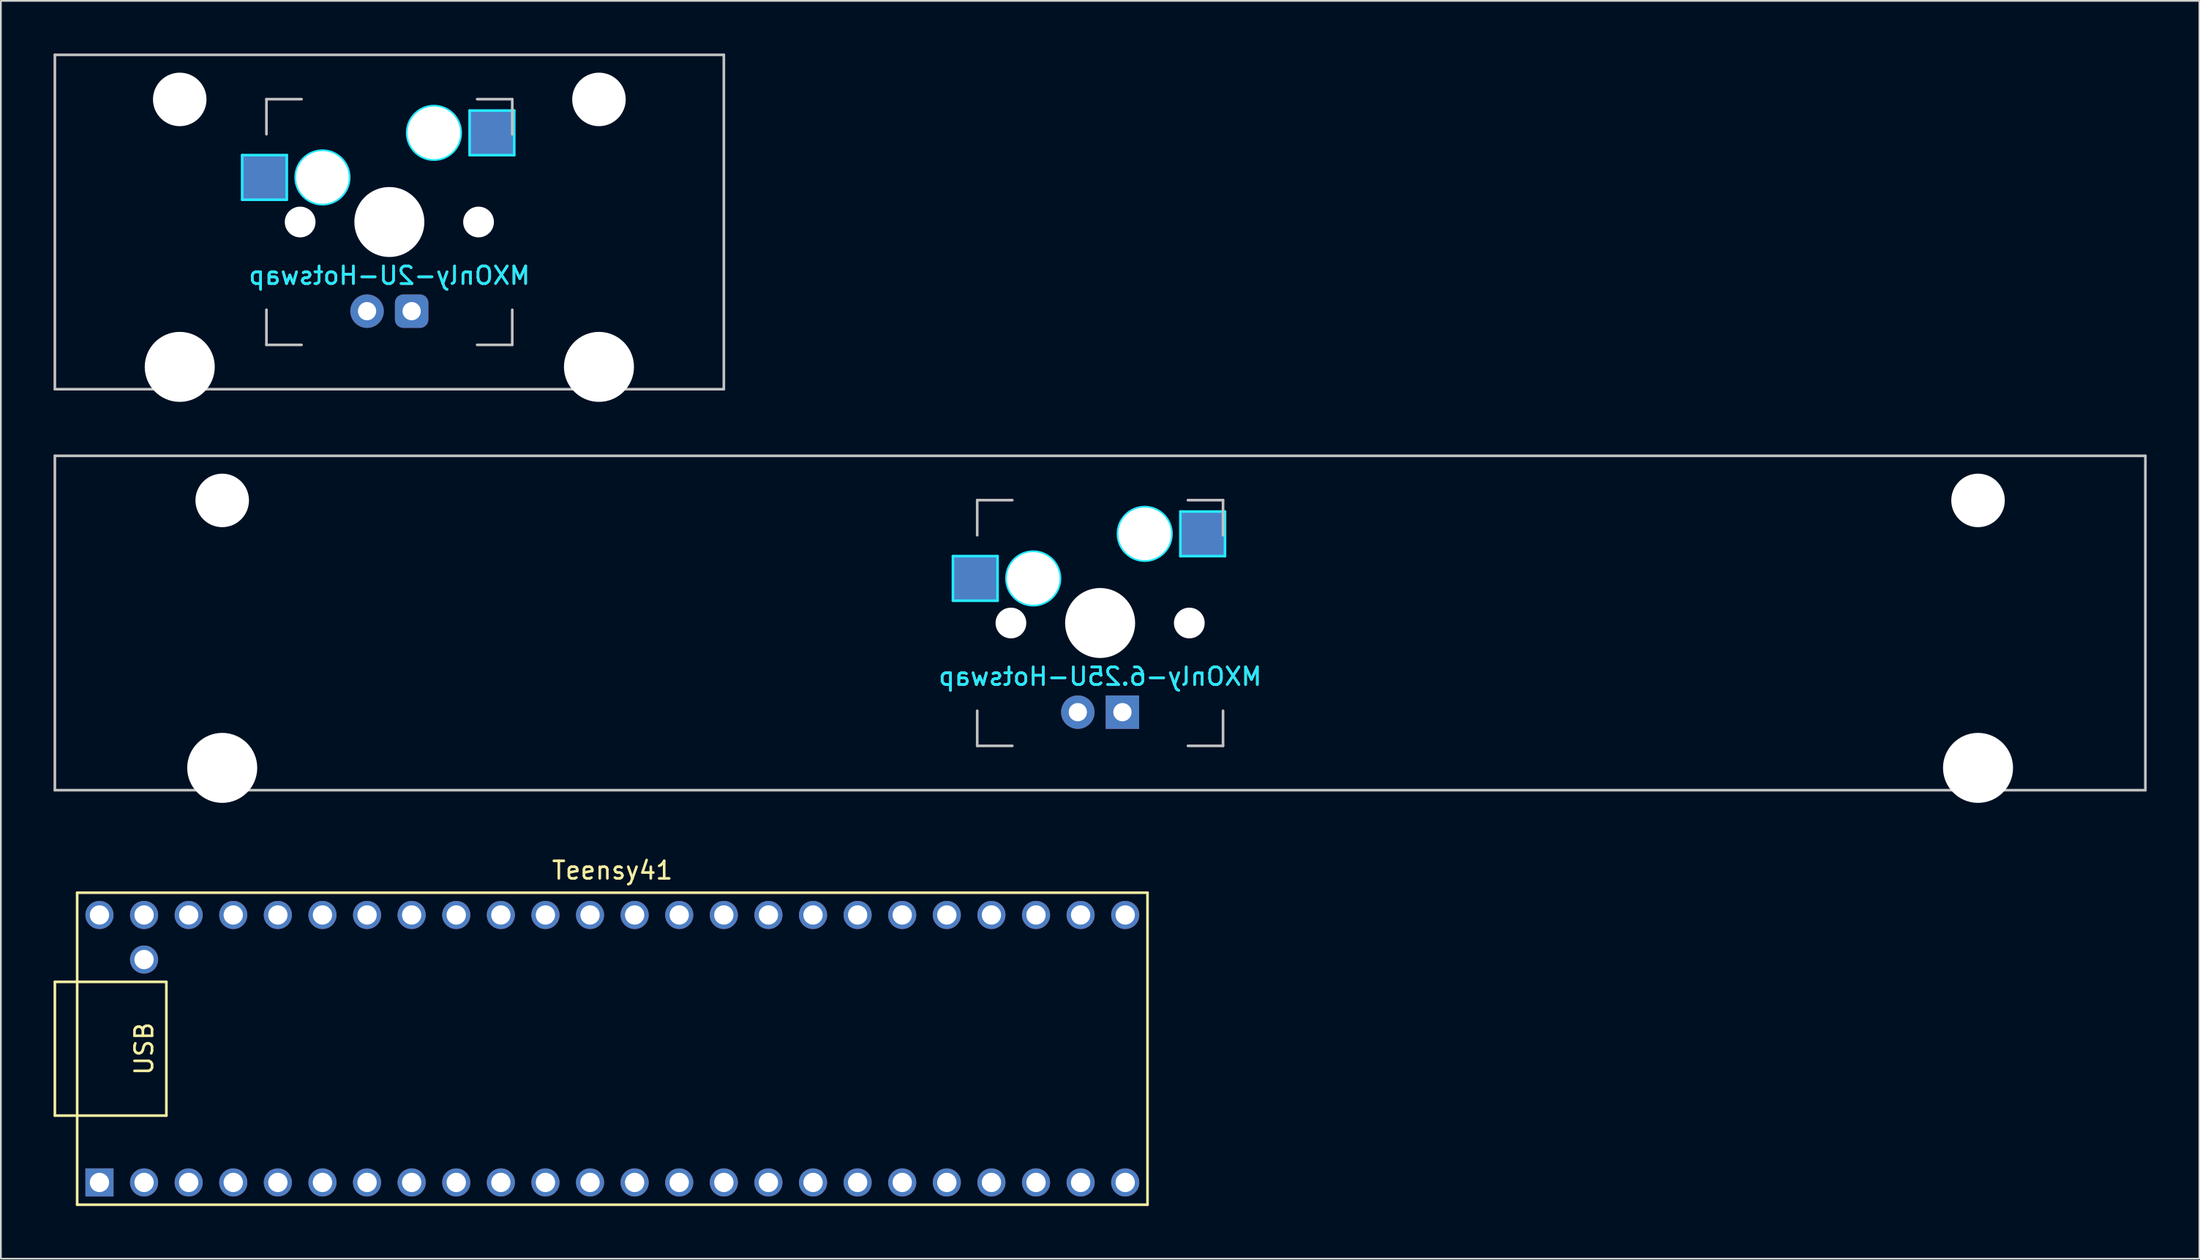
<source format=kicad_pcb>
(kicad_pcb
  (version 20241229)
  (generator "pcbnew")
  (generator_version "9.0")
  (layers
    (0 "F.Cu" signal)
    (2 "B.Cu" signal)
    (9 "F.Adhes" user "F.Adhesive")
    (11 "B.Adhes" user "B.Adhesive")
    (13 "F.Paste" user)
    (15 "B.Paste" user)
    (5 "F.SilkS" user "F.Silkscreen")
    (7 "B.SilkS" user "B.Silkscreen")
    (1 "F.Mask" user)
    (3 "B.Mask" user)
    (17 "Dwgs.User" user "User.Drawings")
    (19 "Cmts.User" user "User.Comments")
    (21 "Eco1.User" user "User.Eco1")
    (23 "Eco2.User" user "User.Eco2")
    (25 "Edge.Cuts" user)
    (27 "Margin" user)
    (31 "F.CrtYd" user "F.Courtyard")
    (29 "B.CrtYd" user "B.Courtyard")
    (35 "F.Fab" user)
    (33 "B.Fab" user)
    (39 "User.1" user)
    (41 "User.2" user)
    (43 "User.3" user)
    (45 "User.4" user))
  (footprint "MXOnly-6.25U-Hotswap"
    (layer "F.Cu")
    (at 59.606 32.449)
    (property "Reference" "MXOnly-6.25U-Hotswap" (at 0 3.048 0) (layer "B.CrtYd") (effects (font (size 1 1) (thickness 0.15)) (justify mirror)))
    (attr smd)
    (fp_line (start -59.531 -9.525) (end 59.531 -9.525) (stroke (width 0.15) (type solid)) (layer "Dwgs.User"))
    (fp_line (start -59.531 9.525) (end -59.531 -9.525) (stroke (width 0.15) (type solid)) (layer "Dwgs.User"))
    (fp_line (start -7 -7) (end -7 -5) (stroke (width 0.15) (type solid)) (layer "Dwgs.User"))
    (fp_line (start -7 5) (end -7 7) (stroke (width 0.15) (type solid)) (layer "Dwgs.User"))
    (fp_line (start -7 7) (end -5 7) (stroke (width 0.15) (type solid)) (layer "Dwgs.User"))
    (fp_line (start -5 -7) (end -7 -7) (stroke (width 0.15) (type solid)) (layer "Dwgs.User"))
    (fp_line (start 5 -7) (end 7 -7) (stroke (width 0.15) (type solid)) (layer "Dwgs.User"))
    (fp_line (start 5 7) (end 7 7) (stroke (width 0.15) (type solid)) (layer "Dwgs.User"))
    (fp_line (start 7 -7) (end 7 -5) (stroke (width 0.15) (type solid)) (layer "Dwgs.User"))
    (fp_line (start 7 7) (end 7 5) (stroke (width 0.15) (type solid)) (layer "Dwgs.User"))
    (fp_line (start 59.531 -9.525) (end 59.531 9.525) (stroke (width 0.15) (type solid)) (layer "Dwgs.User"))
    (fp_line (start 59.531 9.525) (end -59.531 9.525) (stroke (width 0.15) (type solid)) (layer "Dwgs.User"))
    (fp_line (start -8.382 -3.81) (end -5.842 -3.81) (stroke (width 0.15) (type solid)) (layer "B.CrtYd"))
    (fp_line (start -8.382 -1.27) (end -8.382 -3.81) (stroke (width 0.15) (type solid)) (layer "B.CrtYd"))
    (fp_line (start -5.842 -3.81) (end -5.842 -1.27) (stroke (width 0.15) (type solid)) (layer "B.CrtYd"))
    (fp_line (start -5.842 -1.27) (end -8.382 -1.27) (stroke (width 0.15) (type solid)) (layer "B.CrtYd"))
    (fp_line (start 4.572 -6.35) (end 7.112 -6.35) (stroke (width 0.15) (type solid)) (layer "B.CrtYd"))
    (fp_line (start 4.572 -3.81) (end 4.572 -6.35) (stroke (width 0.15) (type solid)) (layer "B.CrtYd"))
    (fp_line (start 7.112 -6.35) (end 7.112 -3.81) (stroke (width 0.15) (type solid)) (layer "B.CrtYd"))
    (fp_line (start 7.112 -3.81) (end 4.572 -3.81) (stroke (width 0.15) (type solid)) (layer "B.CrtYd"))
    (fp_circle (center -3.81 -2.54) (end -3.81 -4.064) (stroke (width 0.15) (type solid)) (fill no) (layer "B.CrtYd"))
    (fp_circle (center 2.54 -5.08) (end 2.54 -6.604) (stroke (width 0.15) (type solid)) (fill no) (layer "B.CrtYd"))
    (fp_text user "${REFERENCE}" (at 0 3.048 0) (layer "B.SilkS") (effects (font (size 1 1) (thickness 0.15)) (justify mirror)))
    (pad "" np_thru_hole circle (at -50 -6.985) (size 3.048 3.048) (drill 3.048) (layers "*.Cu" "*.Mask"))
    (pad "" np_thru_hole circle (at -50 8.255) (size 3.988 3.988) (drill 3.988) (layers "*.Cu" "*.Mask"))
    (pad "" np_thru_hole circle (at -5.08 0 48.1) (size 1.75 1.75) (drill 1.75) (layers "*.Cu" "*.Mask"))
    (pad "" np_thru_hole circle (at -3.81 -2.54) (size 3 3) (drill 3) (layers "*.Cu" "*.Mask"))
    (pad "" np_thru_hole circle (at 0 0) (size 3.988 3.988) (drill 3.988) (layers "*.Cu" "*.Mask"))
    (pad "" np_thru_hole circle (at 2.54 -5.08) (size 3 3) (drill 3) (layers "*.Cu" "*.Mask"))
    (pad "" np_thru_hole circle (at 5.08 0 48.1) (size 1.75 1.75) (drill 1.75) (layers "*.Cu" "*.Mask"))
    (pad "" np_thru_hole circle (at 50 -6.985) (size 3.048 3.048) (drill 3.048) (layers "*.Cu" "*.Mask"))
    (pad "" np_thru_hole circle (at 50 8.255) (size 3.988 3.988) (drill 3.988) (layers "*.Cu" "*.Mask"))
    (pad "1" smd rect (at -7.085 -2.54) (size 2.55 2.5) (layers "B.Cu" "B.Mask" "B.Paste"))
    (pad "2" smd rect (at 5.842 -5.08) (size 2.55 2.5) (layers "B.Cu" "B.Mask" "B.Paste"))
    (pad "3" thru_hole circle (at -1.27 5.08) (size 1.905 1.905) (drill 1.04) (layers "*.Cu" "*.Mask"))
    (pad "4" thru_hole rect (at 1.27 5.08) (size 1.905 1.905) (drill 1.04) (layers "*.Cu" "*.Mask")))
  (footprint "MXOnly-2U-Hotswap"
    (layer "F.Cu")
    (at 19.125 9.6)
    (property "Reference" "MXOnly-2U-Hotswap" (at 0 3.048 0) (layer "B.CrtYd") (effects (font (size 1 1) (thickness 0.15)) (justify mirror)))
    (attr smd)
    (fp_line (start -19.05 -9.525) (end 19.05 -9.525) (stroke (width 0.15) (type solid)) (layer "Dwgs.User"))
    (fp_line (start -19.05 9.525) (end -19.05 -9.525) (stroke (width 0.15) (type solid)) (layer "Dwgs.User"))
    (fp_line (start -7 -7) (end -7 -5) (stroke (width 0.15) (type solid)) (layer "Dwgs.User"))
    (fp_line (start -7 5) (end -7 7) (stroke (width 0.15) (type solid)) (layer "Dwgs.User"))
    (fp_line (start -7 7) (end -5 7) (stroke (width 0.15) (type solid)) (layer "Dwgs.User"))
    (fp_line (start -5 -7) (end -7 -7) (stroke (width 0.15) (type solid)) (layer "Dwgs.User"))
    (fp_line (start 5 -7) (end 7 -7) (stroke (width 0.15) (type solid)) (layer "Dwgs.User"))
    (fp_line (start 5 7) (end 7 7) (stroke (width 0.15) (type solid)) (layer "Dwgs.User"))
    (fp_line (start 7 -7) (end 7 -5) (stroke (width 0.15) (type solid)) (layer "Dwgs.User"))
    (fp_line (start 7 7) (end 7 5) (stroke (width 0.15) (type solid)) (layer "Dwgs.User"))
    (fp_line (start 19.05 -9.525) (end 19.05 9.525) (stroke (width 0.15) (type solid)) (layer "Dwgs.User"))
    (fp_line (start 19.05 9.525) (end -19.05 9.525) (stroke (width 0.15) (type solid)) (layer "Dwgs.User"))
    (fp_line (start -8.382 -3.81) (end -5.842 -3.81) (stroke (width 0.15) (type solid)) (layer "B.CrtYd"))
    (fp_line (start -8.382 -1.27) (end -8.382 -3.81) (stroke (width 0.15) (type solid)) (layer "B.CrtYd"))
    (fp_line (start -5.842 -3.81) (end -5.842 -1.27) (stroke (width 0.15) (type solid)) (layer "B.CrtYd"))
    (fp_line (start -5.842 -1.27) (end -8.382 -1.27) (stroke (width 0.15) (type solid)) (layer "B.CrtYd"))
    (fp_line (start 4.572 -6.35) (end 7.112 -6.35) (stroke (width 0.15) (type solid)) (layer "B.CrtYd"))
    (fp_line (start 4.572 -3.81) (end 4.572 -6.35) (stroke (width 0.15) (type solid)) (layer "B.CrtYd"))
    (fp_line (start 7.112 -6.35) (end 7.112 -3.81) (stroke (width 0.15) (type solid)) (layer "B.CrtYd"))
    (fp_line (start 7.112 -3.81) (end 4.572 -3.81) (stroke (width 0.15) (type solid)) (layer "B.CrtYd"))
    (fp_circle (center -3.81 -2.54) (end -3.81 -4.064) (stroke (width 0.15) (type solid)) (fill no) (layer "B.CrtYd"))
    (fp_circle (center 2.54 -5.08) (end 2.54 -6.604) (stroke (width 0.15) (type solid)) (fill no) (layer "B.CrtYd"))
    (fp_text user "${REFERENCE}" (at 0 3.048 0) (layer "B.SilkS") (effects (font (size 1 1) (thickness 0.15)) (justify mirror)))
    (pad "" np_thru_hole circle (at -11.938 -6.985) (size 3.048 3.048) (drill 3.048) (layers "*.Cu" "*.Mask"))
    (pad "" np_thru_hole circle (at -11.938 8.255) (size 3.988 3.988) (drill 3.988) (layers "*.Cu" "*.Mask"))
    (pad "" np_thru_hole circle (at -5.08 0 48.1) (size 1.75 1.75) (drill 1.75) (layers "*.Cu" "*.Mask"))
    (pad "" np_thru_hole circle (at -3.81 -2.54) (size 3 3) (drill 3) (layers "*.Cu" "*.Mask"))
    (pad "" np_thru_hole circle (at 0 0) (size 3.988 3.988) (drill 3.988) (layers "*.Cu" "*.Mask"))
    (pad "" np_thru_hole circle (at 2.54 -5.08) (size 3 3) (drill 3) (layers "*.Cu" "*.Mask"))
    (pad "" np_thru_hole circle (at 5.08 0 48.1) (size 1.75 1.75) (drill 1.75) (layers "*.Cu" "*.Mask"))
    (pad "" np_thru_hole circle (at 11.938 -6.985) (size 3.048 3.048) (drill 3.048) (layers "*.Cu" "*.Mask"))
    (pad "" np_thru_hole circle (at 11.938 8.255) (size 3.988 3.988) (drill 3.988) (layers "*.Cu" "*.Mask"))
    (pad "1" smd rect (at -7.085 -2.54) (size 2.55 2.5) (layers "B.Cu" "B.Mask" "B.Paste"))
    (pad "2" smd rect (at 5.842 -5.08) (size 2.55 2.5) (layers "B.Cu" "B.Mask" "B.Paste"))
    (pad "3" thru_hole circle (at -1.27 5.08) (size 1.905 1.905) (drill 1.04) (layers "*.Cu" "*.Mask"))
    (pad "4" thru_hole roundrect (at 1.27 5.08) (size 1.905 1.905) (drill 1.04) (layers "*.Cu" "*.Mask") (roundrect_rratio 0.25)))
  (footprint "Teensy41"
    (layer "F.Cu")
    (at 31.825 56.706)
    (property "Reference" "Teensy41" (at 0 -10.16 0) (layer "F.SilkS") (effects (font (size 1 1) (thickness 0.15))))
    (attr through_hole)
    (fp_line (start -31.75 -3.81) (end -30.48 -3.81) (stroke (width 0.15) (type solid)) (layer "F.SilkS"))
    (fp_line (start -31.75 3.81) (end -31.75 -3.81) (stroke (width 0.15) (type solid)) (layer "F.SilkS"))
    (fp_line (start -30.48 -8.89) (end 30.48 -8.89) (stroke (width 0.15) (type solid)) (layer "F.SilkS"))
    (fp_line (start -30.48 3.81) (end -31.75 3.81) (stroke (width 0.15) (type solid)) (layer "F.SilkS"))
    (fp_line (start -30.48 8.89) (end -30.48 -8.89) (stroke (width 0.15) (type solid)) (layer "F.SilkS"))
    (fp_line (start -25.4 -3.81) (end -30.48 -3.81) (stroke (width 0.15) (type solid)) (layer "F.SilkS"))
    (fp_line (start -25.4 3.81) (end -30.48 3.81) (stroke (width 0.15) (type solid)) (layer "F.SilkS"))
    (fp_line (start -25.4 3.81) (end -25.4 -3.81) (stroke (width 0.15) (type solid)) (layer "F.SilkS"))
    (fp_line (start 30.48 -8.89) (end 30.48 8.89) (stroke (width 0.15) (type solid)) (layer "F.SilkS"))
    (fp_line (start 30.48 8.89) (end -30.48 8.89) (stroke (width 0.15) (type solid)) (layer "F.SilkS"))
    (fp_text user "USB" (at -26.67 0 270) (layer "F.SilkS") (effects (font (size 1 1) (thickness 0.15))))
    (pad "1" thru_hole rect (at -29.21 7.62) (size 1.6 1.6) (drill 1.1) (layers "*.Cu" "*.Mask"))
    (pad "2" thru_hole circle (at -26.67 7.62) (size 1.6 1.6) (drill 1.1) (layers "*.Cu" "*.Mask"))
    (pad "3" thru_hole circle (at -24.13 7.62) (size 1.6 1.6) (drill 1.1) (layers "*.Cu" "*.Mask"))
    (pad "4" thru_hole circle (at -21.59 7.62) (size 1.6 1.6) (drill 1.1) (layers "*.Cu" "*.Mask"))
    (pad "5" thru_hole circle (at -19.05 7.62) (size 1.6 1.6) (drill 1.1) (layers "*.Cu" "*.Mask"))
    (pad "6" thru_hole circle (at -16.51 7.62) (size 1.6 1.6) (drill 1.1) (layers "*.Cu" "*.Mask"))
    (pad "7" thru_hole circle (at -13.97 7.62) (size 1.6 1.6) (drill 1.1) (layers "*.Cu" "*.Mask"))
    (pad "8" thru_hole circle (at -11.43 7.62) (size 1.6 1.6) (drill 1.1) (layers "*.Cu" "*.Mask"))
    (pad "9" thru_hole circle (at -8.89 7.62) (size 1.6 1.6) (drill 1.1) (layers "*.Cu" "*.Mask"))
    (pad "10" thru_hole circle (at -6.35 7.62) (size 1.6 1.6) (drill 1.1) (layers "*.Cu" "*.Mask"))
    (pad "11" thru_hole circle (at -3.81 7.62) (size 1.6 1.6) (drill 1.1) (layers "*.Cu" "*.Mask"))
    (pad "12" thru_hole circle (at -1.27 7.62) (size 1.6 1.6) (drill 1.1) (layers "*.Cu" "*.Mask"))
    (pad "13" thru_hole circle (at 1.27 7.62) (size 1.6 1.6) (drill 1.1) (layers "*.Cu" "*.Mask"))
    (pad "14" thru_hole circle (at 3.81 7.62) (size 1.6 1.6) (drill 1.1) (layers "*.Cu" "*.Mask"))
    (pad "15" thru_hole circle (at 6.35 7.62) (size 1.6 1.6) (drill 1.1) (layers "*.Cu" "*.Mask"))
    (pad "16" thru_hole circle (at 8.89 7.62) (size 1.6 1.6) (drill 1.1) (layers "*.Cu" "*.Mask"))
    (pad "17" thru_hole circle (at 11.43 7.62) (size 1.6 1.6) (drill 1.1) (layers "*.Cu" "*.Mask"))
    (pad "18" thru_hole circle (at 13.97 7.62) (size 1.6 1.6) (drill 1.1) (layers "*.Cu" "*.Mask"))
    (pad "19" thru_hole circle (at 16.51 7.62) (size 1.6 1.6) (drill 1.1) (layers "*.Cu" "*.Mask"))
    (pad "20" thru_hole circle (at 19.05 7.62) (size 1.6 1.6) (drill 1.1) (layers "*.Cu" "*.Mask"))
    (pad "21" thru_hole circle (at 21.59 7.62) (size 1.6 1.6) (drill 1.1) (layers "*.Cu" "*.Mask"))
    (pad "22" thru_hole circle (at 24.13 7.62) (size 1.6 1.6) (drill 1.1) (layers "*.Cu" "*.Mask"))
    (pad "23" thru_hole circle (at 26.67 7.62) (size 1.6 1.6) (drill 1.1) (layers "*.Cu" "*.Mask"))
    (pad "24" thru_hole circle (at 29.21 7.62) (size 1.6 1.6) (drill 1.1) (layers "*.Cu" "*.Mask"))
    (pad "25" thru_hole circle (at 29.21 -7.62) (size 1.6 1.6) (drill 1.1) (layers "*.Cu" "*.Mask"))
    (pad "26" thru_hole circle (at 26.67 -7.62) (size 1.6 1.6) (drill 1.1) (layers "*.Cu" "*.Mask"))
    (pad "27" thru_hole circle (at 24.13 -7.62) (size 1.6 1.6) (drill 1.1) (layers "*.Cu" "*.Mask"))
    (pad "28" thru_hole circle (at 21.59 -7.62) (size 1.6 1.6) (drill 1.1) (layers "*.Cu" "*.Mask"))
    (pad "29" thru_hole circle (at 19.05 -7.62) (size 1.6 1.6) (drill 1.1) (layers "*.Cu" "*.Mask"))
    (pad "30" thru_hole circle (at 16.51 -7.62) (size 1.6 1.6) (drill 1.1) (layers "*.Cu" "*.Mask"))
    (pad "31" thru_hole circle (at 13.97 -7.62) (size 1.6 1.6) (drill 1.1) (layers "*.Cu" "*.Mask"))
    (pad "32" thru_hole circle (at 11.43 -7.62) (size 1.6 1.6) (drill 1.1) (layers "*.Cu" "*.Mask"))
    (pad "33" thru_hole circle (at 8.89 -7.62) (size 1.6 1.6) (drill 1.1) (layers "*.Cu" "*.Mask"))
    (pad "34" thru_hole circle (at 6.35 -7.62) (size 1.6 1.6) (drill 1.1) (layers "*.Cu" "*.Mask"))
    (pad "35" thru_hole circle (at 3.81 -7.62) (size 1.6 1.6) (drill 1.1) (layers "*.Cu" "*.Mask"))
    (pad "36" thru_hole circle (at 1.27 -7.62) (size 1.6 1.6) (drill 1.1) (layers "*.Cu" "*.Mask"))
    (pad "37" thru_hole circle (at -1.27 -7.62) (size 1.6 1.6) (drill 1.1) (layers "*.Cu" "*.Mask"))
    (pad "38" thru_hole circle (at -3.81 -7.62) (size 1.6 1.6) (drill 1.1) (layers "*.Cu" "*.Mask"))
    (pad "39" thru_hole circle (at -6.35 -7.62) (size 1.6 1.6) (drill 1.1) (layers "*.Cu" "*.Mask"))
    (pad "40" thru_hole circle (at -8.89 -7.62) (size 1.6 1.6) (drill 1.1) (layers "*.Cu" "*.Mask"))
    (pad "41" thru_hole circle (at -11.43 -7.62) (size 1.6 1.6) (drill 1.1) (layers "*.Cu" "*.Mask"))
    (pad "42" thru_hole circle (at -13.97 -7.62) (size 1.6 1.6) (drill 1.1) (layers "*.Cu" "*.Mask"))
    (pad "43" thru_hole circle (at -16.51 -7.62) (size 1.6 1.6) (drill 1.1) (layers "*.Cu" "*.Mask"))
    (pad "44" thru_hole circle (at -19.05 -7.62) (size 1.6 1.6) (drill 1.1) (layers "*.Cu" "*.Mask"))
    (pad "45" thru_hole circle (at -21.59 -7.62) (size 1.6 1.6) (drill 1.1) (layers "*.Cu" "*.Mask"))
    (pad "46" thru_hole circle (at -24.13 -7.62) (size 1.6 1.6) (drill 1.1) (layers "*.Cu" "*.Mask"))
    (pad "47" thru_hole circle (at -26.67 -7.62) (size 1.6 1.6) (drill 1.1) (layers "*.Cu" "*.Mask"))
    (pad "48" thru_hole circle (at -29.21 -7.62) (size 1.6 1.6) (drill 1.1) (layers "*.Cu" "*.Mask"))
    (pad "49" thru_hole circle (at -26.67 -5.08) (size 1.6 1.6) (drill 1.1) (layers "*.Cu" "*.Mask")))
  (gr_rect
    (start -3 -3)
    (end 122.213 68.671)
    (stroke (width 0.1) (type default))
    (fill no)
    (layer "Edge.Cuts")))
</source>
